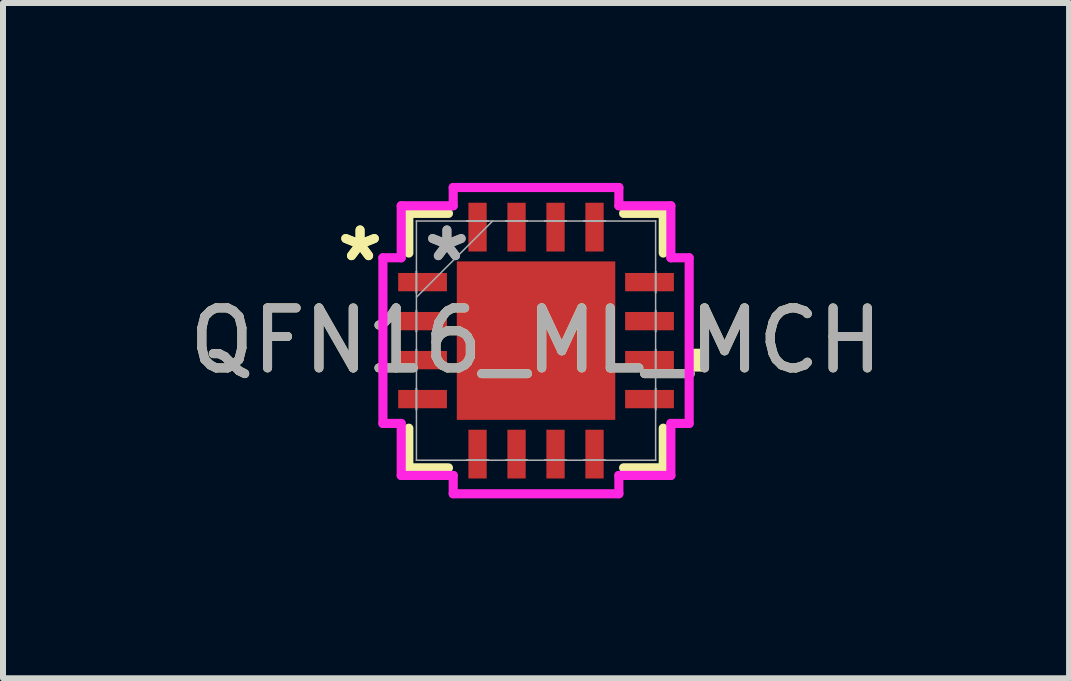
<source format=kicad_pcb>
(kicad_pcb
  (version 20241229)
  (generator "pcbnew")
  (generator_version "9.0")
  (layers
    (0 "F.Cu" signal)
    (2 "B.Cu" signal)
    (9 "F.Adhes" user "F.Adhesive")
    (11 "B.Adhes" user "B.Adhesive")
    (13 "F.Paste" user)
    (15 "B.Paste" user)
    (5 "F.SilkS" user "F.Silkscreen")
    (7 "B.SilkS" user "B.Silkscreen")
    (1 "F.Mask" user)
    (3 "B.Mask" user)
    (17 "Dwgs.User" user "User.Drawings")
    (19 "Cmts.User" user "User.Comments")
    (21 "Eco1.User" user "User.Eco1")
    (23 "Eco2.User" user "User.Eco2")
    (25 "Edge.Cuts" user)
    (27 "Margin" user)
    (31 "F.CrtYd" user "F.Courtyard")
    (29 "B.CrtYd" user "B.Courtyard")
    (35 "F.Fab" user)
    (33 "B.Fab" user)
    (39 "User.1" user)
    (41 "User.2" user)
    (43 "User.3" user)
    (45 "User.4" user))
  (footprint "QFN16_ML_MCH"
    (layer "F.Cu")
    (at 5.887 2.629)
    (property "Reference" "QFN16_ML_MCH" (at 0 0 0) (unlocked yes) (layer "F.SilkS") (effects (font (size 1 1) (thickness 0.15))))
    (attr smd)
    (fp_line (start -2.121 -2.121) (end -2.121 -1.46) (stroke (width 0.152) (type solid)) (layer "F.SilkS"))
    (fp_line (start -2.121 1.46) (end -2.121 2.121) (stroke (width 0.152) (type solid)) (layer "F.SilkS"))
    (fp_line (start -2.121 2.121) (end -1.46 2.121) (stroke (width 0.152) (type solid)) (layer "F.SilkS"))
    (fp_line (start -1.46 -2.121) (end -2.121 -2.121) (stroke (width 0.152) (type solid)) (layer "F.SilkS"))
    (fp_line (start 1.46 2.121) (end 2.121 2.121) (stroke (width 0.152) (type solid)) (layer "F.SilkS"))
    (fp_line (start 2.121 -2.121) (end 1.46 -2.121) (stroke (width 0.152) (type solid)) (layer "F.SilkS"))
    (fp_line (start 2.121 -1.46) (end 2.121 -2.121) (stroke (width 0.152) (type solid)) (layer "F.SilkS"))
    (fp_line (start 2.121 2.121) (end 2.121 1.46) (stroke (width 0.152) (type solid)) (layer "F.SilkS"))
    (fp_poly (pts (xy 2.807 0.135) (xy 2.807 0.516) (xy 2.553 0.516) (xy 2.553 0.135)) (stroke (width 0) (type solid)) (fill yes) (layer "F.SilkS"))
    (fp_poly (pts (xy -1.221 -1.221) (xy -1.221 -0.1) (xy -0.1 -0.1) (xy -0.1 -1.221)) (stroke (width 0) (type solid)) (fill yes) (layer "F.Paste"))
    (fp_poly (pts (xy -1.221 0.1) (xy -1.221 1.221) (xy -0.1 1.221) (xy -0.1 0.1)) (stroke (width 0) (type solid)) (fill yes) (layer "F.Paste"))
    (fp_poly (pts (xy 0.1 -1.221) (xy 0.1 -0.1) (xy 1.221 -0.1) (xy 1.221 -1.221)) (stroke (width 0) (type solid)) (fill yes) (layer "F.Paste"))
    (fp_poly (pts (xy 0.1 0.1) (xy 0.1 1.221) (xy 1.221 1.221) (xy 1.221 0.1)) (stroke (width 0) (type solid)) (fill yes) (layer "F.Paste"))
    (fp_line (start -2.553 -1.381) (end -2.248 -1.381) (stroke (width 0.152) (type solid)) (layer "F.CrtYd"))
    (fp_line (start -2.553 1.381) (end -2.553 -1.381) (stroke (width 0.152) (type solid)) (layer "F.CrtYd"))
    (fp_line (start -2.248 -2.248) (end -1.381 -2.248) (stroke (width 0.152) (type solid)) (layer "F.CrtYd"))
    (fp_line (start -2.248 -1.381) (end -2.248 -2.248) (stroke (width 0.152) (type solid)) (layer "F.CrtYd"))
    (fp_line (start -2.248 1.381) (end -2.553 1.381) (stroke (width 0.152) (type solid)) (layer "F.CrtYd"))
    (fp_line (start -2.248 2.248) (end -2.248 1.381) (stroke (width 0.152) (type solid)) (layer "F.CrtYd"))
    (fp_line (start -1.381 -2.553) (end 1.381 -2.553) (stroke (width 0.152) (type solid)) (layer "F.CrtYd"))
    (fp_line (start -1.381 -2.248) (end -1.381 -2.553) (stroke (width 0.152) (type solid)) (layer "F.CrtYd"))
    (fp_line (start -1.381 2.248) (end -2.248 2.248) (stroke (width 0.152) (type solid)) (layer "F.CrtYd"))
    (fp_line (start -1.381 2.553) (end -1.381 2.248) (stroke (width 0.152) (type solid)) (layer "F.CrtYd"))
    (fp_line (start 1.381 -2.553) (end 1.381 -2.248) (stroke (width 0.152) (type solid)) (layer "F.CrtYd"))
    (fp_line (start 1.381 -2.248) (end 2.248 -2.248) (stroke (width 0.152) (type solid)) (layer "F.CrtYd"))
    (fp_line (start 1.381 2.248) (end 1.381 2.553) (stroke (width 0.152) (type solid)) (layer "F.CrtYd"))
    (fp_line (start 1.381 2.553) (end -1.381 2.553) (stroke (width 0.152) (type solid)) (layer "F.CrtYd"))
    (fp_line (start 2.248 -2.248) (end 2.248 -1.381) (stroke (width 0.152) (type solid)) (layer "F.CrtYd"))
    (fp_line (start 2.248 -1.381) (end 2.553 -1.381) (stroke (width 0.152) (type solid)) (layer "F.CrtYd"))
    (fp_line (start 2.248 1.381) (end 2.248 2.248) (stroke (width 0.152) (type solid)) (layer "F.CrtYd"))
    (fp_line (start 2.248 2.248) (end 1.381 2.248) (stroke (width 0.152) (type solid)) (layer "F.CrtYd"))
    (fp_line (start 2.553 -1.381) (end 2.553 1.381) (stroke (width 0.152) (type solid)) (layer "F.CrtYd"))
    (fp_line (start 2.553 1.381) (end 2.248 1.381) (stroke (width 0.152) (type solid)) (layer "F.CrtYd"))
    (fp_line (start -1.994 -1.994) (end -1.994 -1.994) (stroke (width 0.025) (type solid)) (layer "F.Fab"))
    (fp_line (start -1.994 -1.994) (end -1.994 1.994) (stroke (width 0.025) (type solid)) (layer "F.Fab"))
    (fp_line (start -1.994 -1.153) (end -1.994 -1.153) (stroke (width 0.025) (type solid)) (layer "F.Fab"))
    (fp_line (start -1.994 -1.153) (end -1.994 -0.797) (stroke (width 0.025) (type solid)) (layer "F.Fab"))
    (fp_line (start -1.994 -0.797) (end -1.994 -1.153) (stroke (width 0.025) (type solid)) (layer "F.Fab"))
    (fp_line (start -1.994 -0.797) (end -1.994 -0.797) (stroke (width 0.025) (type solid)) (layer "F.Fab"))
    (fp_line (start -1.994 -0.724) (end -0.724 -1.994) (stroke (width 0.025) (type solid)) (layer "F.Fab"))
    (fp_line (start -1.994 -0.503) (end -1.994 -0.503) (stroke (width 0.025) (type solid)) (layer "F.Fab"))
    (fp_line (start -1.994 -0.503) (end -1.994 -0.147) (stroke (width 0.025) (type solid)) (layer "F.Fab"))
    (fp_line (start -1.994 -0.147) (end -1.994 -0.503) (stroke (width 0.025) (type solid)) (layer "F.Fab"))
    (fp_line (start -1.994 -0.147) (end -1.994 -0.147) (stroke (width 0.025) (type solid)) (layer "F.Fab"))
    (fp_line (start -1.994 0.147) (end -1.994 0.147) (stroke (width 0.025) (type solid)) (layer "F.Fab"))
    (fp_line (start -1.994 0.147) (end -1.994 0.503) (stroke (width 0.025) (type solid)) (layer "F.Fab"))
    (fp_line (start -1.994 0.503) (end -1.994 0.147) (stroke (width 0.025) (type solid)) (layer "F.Fab"))
    (fp_line (start -1.994 0.503) (end -1.994 0.503) (stroke (width 0.025) (type solid)) (layer "F.Fab"))
    (fp_line (start -1.994 0.797) (end -1.994 0.797) (stroke (width 0.025) (type solid)) (layer "F.Fab"))
    (fp_line (start -1.994 0.797) (end -1.994 1.153) (stroke (width 0.025) (type solid)) (layer "F.Fab"))
    (fp_line (start -1.994 1.153) (end -1.994 0.797) (stroke (width 0.025) (type solid)) (layer "F.Fab"))
    (fp_line (start -1.994 1.153) (end -1.994 1.153) (stroke (width 0.025) (type solid)) (layer "F.Fab"))
    (fp_line (start -1.994 1.994) (end -1.994 1.994) (stroke (width 0.025) (type solid)) (layer "F.Fab"))
    (fp_line (start -1.994 1.994) (end 1.994 1.994) (stroke (width 0.025) (type solid)) (layer "F.Fab"))
    (fp_line (start -1.153 -1.994) (end -1.153 -1.994) (stroke (width 0.025) (type solid)) (layer "F.Fab"))
    (fp_line (start -1.153 -1.994) (end -0.797 -1.994) (stroke (width 0.025) (type solid)) (layer "F.Fab"))
    (fp_line (start -1.153 1.994) (end -1.153 1.994) (stroke (width 0.025) (type solid)) (layer "F.Fab"))
    (fp_line (start -1.153 1.994) (end -0.797 1.994) (stroke (width 0.025) (type solid)) (layer "F.Fab"))
    (fp_line (start -0.797 -1.994) (end -1.153 -1.994) (stroke (width 0.025) (type solid)) (layer "F.Fab"))
    (fp_line (start -0.797 -1.994) (end -0.797 -1.994) (stroke (width 0.025) (type solid)) (layer "F.Fab"))
    (fp_line (start -0.797 1.994) (end -1.153 1.994) (stroke (width 0.025) (type solid)) (layer "F.Fab"))
    (fp_line (start -0.797 1.994) (end -0.797 1.994) (stroke (width 0.025) (type solid)) (layer "F.Fab"))
    (fp_line (start -0.503 -1.994) (end -0.503 -1.994) (stroke (width 0.025) (type solid)) (layer "F.Fab"))
    (fp_line (start -0.503 -1.994) (end -0.147 -1.994) (stroke (width 0.025) (type solid)) (layer "F.Fab"))
    (fp_line (start -0.503 1.994) (end -0.503 1.994) (stroke (width 0.025) (type solid)) (layer "F.Fab"))
    (fp_line (start -0.503 1.994) (end -0.147 1.994) (stroke (width 0.025) (type solid)) (layer "F.Fab"))
    (fp_line (start -0.147 -1.994) (end -0.503 -1.994) (stroke (width 0.025) (type solid)) (layer "F.Fab"))
    (fp_line (start -0.147 -1.994) (end -0.147 -1.994) (stroke (width 0.025) (type solid)) (layer "F.Fab"))
    (fp_line (start -0.147 1.994) (end -0.503 1.994) (stroke (width 0.025) (type solid)) (layer "F.Fab"))
    (fp_line (start -0.147 1.994) (end -0.147 1.994) (stroke (width 0.025) (type solid)) (layer "F.Fab"))
    (fp_line (start 0.147 -1.994) (end 0.147 -1.994) (stroke (width 0.025) (type solid)) (layer "F.Fab"))
    (fp_line (start 0.147 -1.994) (end 0.503 -1.994) (stroke (width 0.025) (type solid)) (layer "F.Fab"))
    (fp_line (start 0.147 1.994) (end 0.147 1.994) (stroke (width 0.025) (type solid)) (layer "F.Fab"))
    (fp_line (start 0.147 1.994) (end 0.503 1.994) (stroke (width 0.025) (type solid)) (layer "F.Fab"))
    (fp_line (start 0.503 -1.994) (end 0.147 -1.994) (stroke (width 0.025) (type solid)) (layer "F.Fab"))
    (fp_line (start 0.503 -1.994) (end 0.503 -1.994) (stroke (width 0.025) (type solid)) (layer "F.Fab"))
    (fp_line (start 0.503 1.994) (end 0.147 1.994) (stroke (width 0.025) (type solid)) (layer "F.Fab"))
    (fp_line (start 0.503 1.994) (end 0.503 1.994) (stroke (width 0.025) (type solid)) (layer "F.Fab"))
    (fp_line (start 0.797 -1.994) (end 0.797 -1.994) (stroke (width 0.025) (type solid)) (layer "F.Fab"))
    (fp_line (start 0.797 -1.994) (end 1.153 -1.994) (stroke (width 0.025) (type solid)) (layer "F.Fab"))
    (fp_line (start 0.797 1.994) (end 0.797 1.994) (stroke (width 0.025) (type solid)) (layer "F.Fab"))
    (fp_line (start 0.797 1.994) (end 1.153 1.994) (stroke (width 0.025) (type solid)) (layer "F.Fab"))
    (fp_line (start 1.153 -1.994) (end 0.797 -1.994) (stroke (width 0.025) (type solid)) (layer "F.Fab"))
    (fp_line (start 1.153 -1.994) (end 1.153 -1.994) (stroke (width 0.025) (type solid)) (layer "F.Fab"))
    (fp_line (start 1.153 1.994) (end 0.797 1.994) (stroke (width 0.025) (type solid)) (layer "F.Fab"))
    (fp_line (start 1.153 1.994) (end 1.153 1.994) (stroke (width 0.025) (type solid)) (layer "F.Fab"))
    (fp_line (start 1.994 -1.994) (end -1.994 -1.994) (stroke (width 0.025) (type solid)) (layer "F.Fab"))
    (fp_line (start 1.994 -1.994) (end 1.994 -1.994) (stroke (width 0.025) (type solid)) (layer "F.Fab"))
    (fp_line (start 1.994 -1.153) (end 1.994 -1.153) (stroke (width 0.025) (type solid)) (layer "F.Fab"))
    (fp_line (start 1.994 -1.153) (end 1.994 -0.797) (stroke (width 0.025) (type solid)) (layer "F.Fab"))
    (fp_line (start 1.994 -0.797) (end 1.994 -1.153) (stroke (width 0.025) (type solid)) (layer "F.Fab"))
    (fp_line (start 1.994 -0.797) (end 1.994 -0.797) (stroke (width 0.025) (type solid)) (layer "F.Fab"))
    (fp_line (start 1.994 -0.503) (end 1.994 -0.503) (stroke (width 0.025) (type solid)) (layer "F.Fab"))
    (fp_line (start 1.994 -0.503) (end 1.994 -0.147) (stroke (width 0.025) (type solid)) (layer "F.Fab"))
    (fp_line (start 1.994 -0.147) (end 1.994 -0.503) (stroke (width 0.025) (type solid)) (layer "F.Fab"))
    (fp_line (start 1.994 -0.147) (end 1.994 -0.147) (stroke (width 0.025) (type solid)) (layer "F.Fab"))
    (fp_line (start 1.994 0.147) (end 1.994 0.147) (stroke (width 0.025) (type solid)) (layer "F.Fab"))
    (fp_line (start 1.994 0.147) (end 1.994 0.503) (stroke (width 0.025) (type solid)) (layer "F.Fab"))
    (fp_line (start 1.994 0.503) (end 1.994 0.147) (stroke (width 0.025) (type solid)) (layer "F.Fab"))
    (fp_line (start 1.994 0.503) (end 1.994 0.503) (stroke (width 0.025) (type solid)) (layer "F.Fab"))
    (fp_line (start 1.994 0.797) (end 1.994 0.797) (stroke (width 0.025) (type solid)) (layer "F.Fab"))
    (fp_line (start 1.994 0.797) (end 1.994 1.153) (stroke (width 0.025) (type solid)) (layer "F.Fab"))
    (fp_line (start 1.994 1.153) (end 1.994 0.797) (stroke (width 0.025) (type solid)) (layer "F.Fab"))
    (fp_line (start 1.994 1.153) (end 1.994 1.153) (stroke (width 0.025) (type solid)) (layer "F.Fab"))
    (fp_line (start 1.994 1.994) (end 1.994 -1.994) (stroke (width 0.025) (type solid)) (layer "F.Fab"))
    (fp_line (start 1.994 1.994) (end 1.994 1.994) (stroke (width 0.025) (type solid)) (layer "F.Fab"))
    (fp_text user "*" (at -2.934 -1.3 0) (unlocked yes) (layer "F.SilkS") (effects (font (size 1 1) (thickness 0.15))))
    (fp_text user "*" (at -2.934 -1.3 0) (layer "F.SilkS") (effects (font (size 1 1) (thickness 0.15))))
    (fp_text user "*" (at -1.486 -1.3 0) (layer "F.Fab") (effects (font (size 1 1) (thickness 0.15))))
    (fp_text user "*" (at -1.486 -1.3 0) (unlocked yes) (layer "F.Fab") (effects (font (size 1 1) (thickness 0.15))))
    (fp_text user "${REFERENCE}" (at 0 0 0) (unlocked yes) (layer "F.Fab") (effects (font (size 1 1) (thickness 0.15))))
    (pad "1" smd rect (at -1.892 -0.975 90) (size 0.305 0.813) (layers "F.Cu" "F.Mask" "F.Paste"))
    (pad "2" smd rect (at -1.892 -0.325 90) (size 0.305 0.813) (layers "F.Cu" "F.Mask" "F.Paste"))
    (pad "3" smd rect (at -1.892 0.325 90) (size 0.305 0.813) (layers "F.Cu" "F.Mask" "F.Paste"))
    (pad "4" smd rect (at -1.892 0.975 90) (size 0.305 0.813) (layers "F.Cu" "F.Mask" "F.Paste"))
    (pad "5" smd rect (at -0.975 1.892) (size 0.305 0.813) (layers "F.Cu" "F.Mask" "F.Paste"))
    (pad "6" smd rect (at -0.325 1.892) (size 0.305 0.813) (layers "F.Cu" "F.Mask" "F.Paste"))
    (pad "7" smd rect (at 0.325 1.892) (size 0.305 0.813) (layers "F.Cu" "F.Mask" "F.Paste"))
    (pad "8" smd rect (at 0.975 1.892) (size 0.305 0.813) (layers "F.Cu" "F.Mask" "F.Paste"))
    (pad "9" smd rect (at 1.892 0.975 90) (size 0.305 0.813) (layers "F.Cu" "F.Mask" "F.Paste"))
    (pad "10" smd rect (at 1.892 0.325 90) (size 0.305 0.813) (layers "F.Cu" "F.Mask" "F.Paste"))
    (pad "11" smd rect (at 1.892 -0.325 90) (size 0.305 0.813) (layers "F.Cu" "F.Mask" "F.Paste"))
    (pad "12" smd rect (at 1.892 -0.975 90) (size 0.305 0.813) (layers "F.Cu" "F.Mask" "F.Paste"))
    (pad "13" smd rect (at 0.975 -1.892) (size 0.305 0.813) (layers "F.Cu" "F.Mask" "F.Paste"))
    (pad "14" smd rect (at 0.325 -1.892) (size 0.305 0.813) (layers "F.Cu" "F.Mask" "F.Paste"))
    (pad "15" smd rect (at -0.325 -1.892) (size 0.305 0.813) (layers "F.Cu" "F.Mask" "F.Paste"))
    (pad "16" smd rect (at -0.975 -1.892) (size 0.305 0.813) (layers "F.Cu" "F.Mask" "F.Paste"))
    (pad "17" smd rect (at 0 0) (size 2.642 2.642) (layers "F.Cu" "F.Mask" "F.Paste")))
  (gr_rect
    (start -3 -3)
    (end 14.774 8.258)
    (stroke (width 0.1) (type default))
    (fill no)
    (layer "Edge.Cuts")))
</source>
